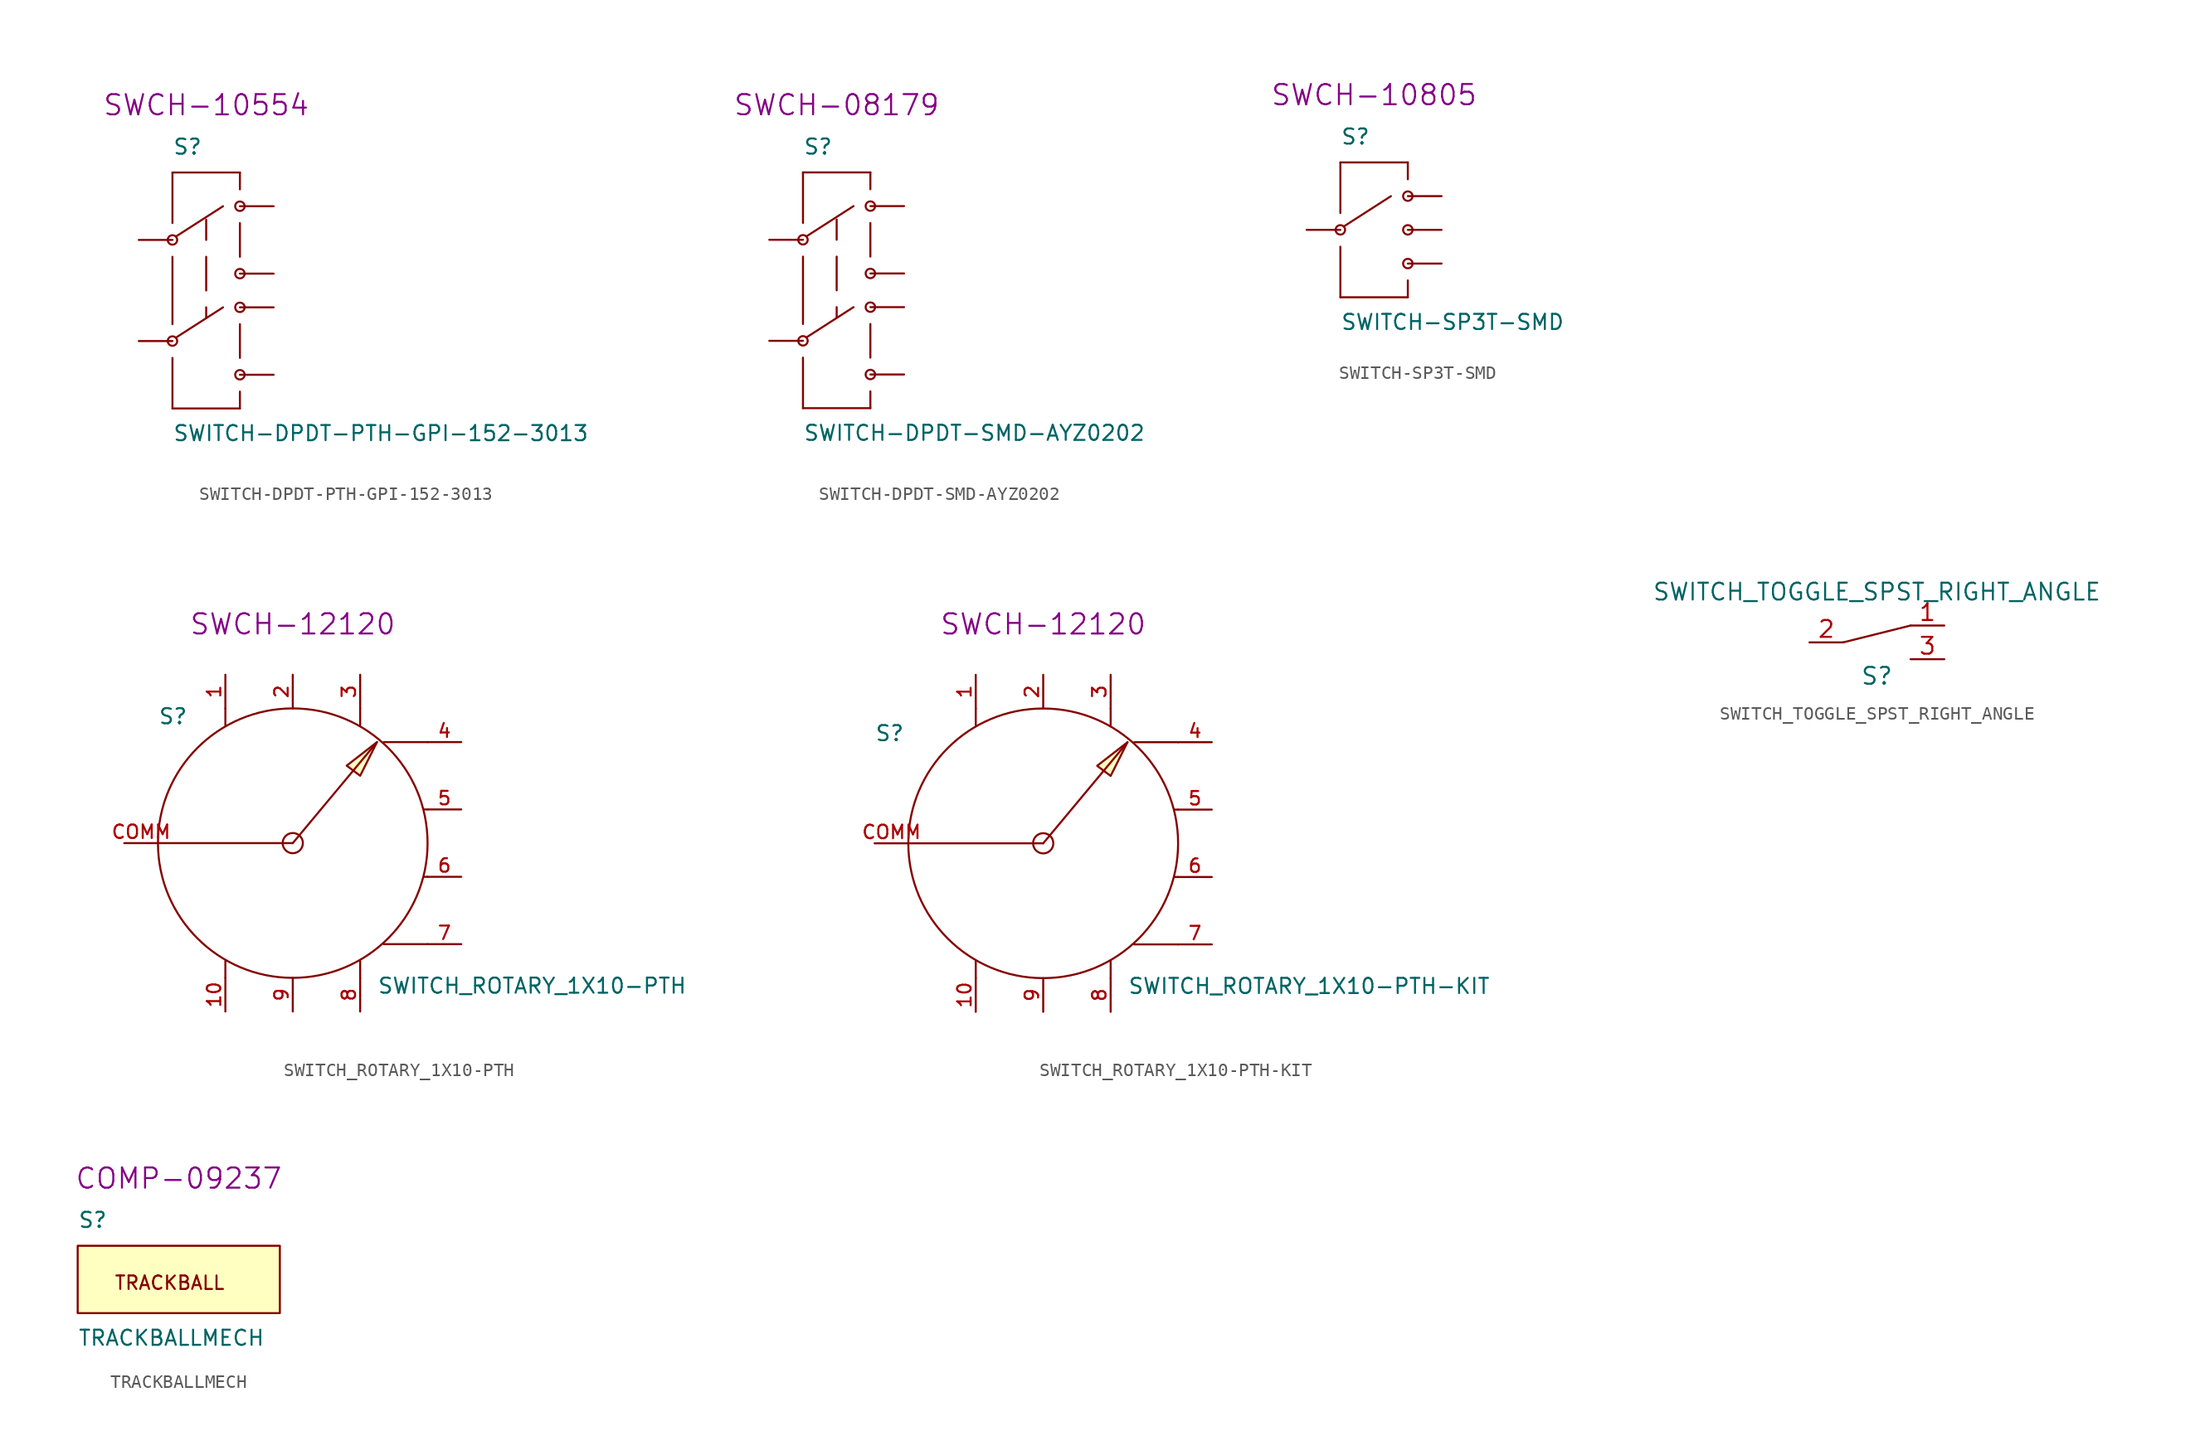
<source format=kicad_sym>
(kicad_symbol_lib
  (version 20220914)
  (generator kicad_symbol_editor)
  (symbol "SWITCH-DPDT-PTH-GPI-152-3013"
    (pin_numbers hide)
    (pin_names
      (offset 1.016) hide)
    (property "Reference" "S"
      (at -2.54 8.89 0)
      (effects (font (size 1.143 1.143)) (justify left bottom)))
    (property "Value" "SWITCH-DPDT-PTH-GPI-152-3013"
      (at -2.54 -12.7 0)
      (effects (font (size 1.143 1.143)) (justify left bottom)))
    (property "Field4" "SWCH-10554"
      (at 0 12.7 0)
      (effects (font (size 1.524 1.524))))
    (property "ki_locked" ""
      (at 0 0 0)
      (effects (font (size 1.27 1.27))))
    (symbol "SWITCH-DPDT-PTH-GPI-152-3013_1_0"
      (polyline (pts (xy -2.54 -10.16) (xy 2.54 -10.16)) (stroke (width 0) (type solid)) (fill (type none)))
      (polyline (pts (xy -2.54 -6.35) (xy -2.54 -10.16)) (stroke (width 0) (type solid)) (fill (type none)))
      (polyline (pts (xy -2.54 1.27) (xy -2.54 -3.81)) (stroke (width 0) (type solid)) (fill (type none)))
      (polyline (pts (xy -2.54 7.62) (xy -2.54 3.81)) (stroke (width 0) (type solid)) (fill (type none)))
      (polyline (pts (xy -2.286 -4.826) (xy 1.27 -2.54)) (stroke (width 0) (type solid)) (fill (type none)))
      (polyline (pts (xy 0 -2.54) (xy 0 -3.302)) (stroke (width 0) (type solid)) (fill (type none)))
      (polyline (pts (xy 0 1.27) (xy 0 -1.27)) (stroke (width 0) (type solid)) (fill (type none)))
      (polyline (pts (xy 0 4.064) (xy 0 2.54)) (stroke (width 0) (type solid)) (fill (type none)))
      (polyline (pts (xy 1.27 5.08) (xy -2.286 2.794)) (stroke (width 0) (type solid)) (fill (type none)))
      (polyline (pts (xy 2.54 -10.16) (xy 2.54 -8.89)) (stroke (width 0) (type solid)) (fill (type none)))
      (polyline (pts (xy 2.54 -6.35) (xy 2.54 -3.81)) (stroke (width 0) (type solid)) (fill (type none)))
      (polyline (pts (xy 2.54 3.81) (xy 2.54 1.27)) (stroke (width 0) (type solid)) (fill (type none)))
      (polyline (pts (xy 2.54 6.35) (xy 2.54 7.62)) (stroke (width 0) (type solid)) (fill (type none)))
      (polyline (pts (xy 2.54 7.62) (xy -2.54 7.62)) (stroke (width 0) (type solid)) (fill (type none))))
    (symbol "SWITCH-DPDT-PTH-GPI-152-3013_1_1"
      (circle (center -2.54 -5.08) (radius 0.356) (stroke (width 0) (type solid)) (fill (type none)))
      (circle (center -2.54 2.54) (radius 0.356) (stroke (width 0) (type solid)) (fill (type none)))
      (circle (center 2.54 -7.62) (radius 0.356) (stroke (width 0) (type solid)) (fill (type none)))
      (circle (center 2.54 -2.54) (radius 0.356) (stroke (width 0) (type solid)) (fill (type none)))
      (circle (center 2.54 0) (radius 0.356) (stroke (width 0) (type solid)) (fill (type none)))
      (circle (center 2.54 5.08) (radius 0.356) (stroke (width 0) (type solid)) (fill (type none)))
      (pin bidirectional line (at 5.08 5.08 180) (length 2.54) (name "1" (effects (font (size 1.016 1.016)))) (number "10" (effects (font (size 1.016 1.016)))))
      (pin bidirectional line (at 5.08 -2.54 180) (length 2.54) (name "4" (effects (font (size 1.016 1.016)))) (number "11" (effects (font (size 1.016 1.016)))))
      (pin bidirectional line (at 5.08 0 180) (length 2.54) (name "3" (effects (font (size 1.016 1.016)))) (number "20" (effects (font (size 1.016 1.016)))))
      (pin bidirectional line (at 5.08 -7.62 180) (length 2.54) (name "6" (effects (font (size 1.016 1.016)))) (number "21" (effects (font (size 1.016 1.016)))))
      (pin bidirectional line (at -5.08 2.54 0) (length 2.54) (name "2" (effects (font (size 1.016 1.016)))) (number "C@1" (effects (font (size 1.016 1.016)))))
      (pin bidirectional line (at -5.08 -5.08 0) (length 2.54) (name "5" (effects (font (size 1.016 1.016)))) (number "C@2" (effects (font (size 1.016 1.016)))))))
  (symbol "SWITCH-DPDT-SMD-AYZ0202"
    (pin_numbers hide)
    (pin_names
      (offset 1.016) hide)
    (property "Reference" "S"
      (at -2.54 8.89 0)
      (effects (font (size 1.143 1.143)) (justify left bottom)))
    (property "Value" "SWITCH-DPDT-SMD-AYZ0202"
      (at -2.54 -12.7 0)
      (effects (font (size 1.143 1.143)) (justify left bottom)))
    (property "Field4" "SWCH-08179"
      (at 0 12.7 0)
      (effects (font (size 1.524 1.524))))
    (property "ki_locked" ""
      (at 0 0 0)
      (effects (font (size 1.27 1.27))))
    (symbol "SWITCH-DPDT-SMD-AYZ0202_1_0"
      (polyline (pts (xy -2.54 -10.16) (xy 2.54 -10.16)) (stroke (width 0) (type solid)) (fill (type none)))
      (polyline (pts (xy -2.54 -6.35) (xy -2.54 -10.16)) (stroke (width 0) (type solid)) (fill (type none)))
      (polyline (pts (xy -2.54 1.27) (xy -2.54 -3.81)) (stroke (width 0) (type solid)) (fill (type none)))
      (polyline (pts (xy -2.54 7.62) (xy -2.54 3.81)) (stroke (width 0) (type solid)) (fill (type none)))
      (polyline (pts (xy -2.286 -4.826) (xy 1.27 -2.54)) (stroke (width 0) (type solid)) (fill (type none)))
      (polyline (pts (xy 0 -2.54) (xy 0 -3.302)) (stroke (width 0) (type solid)) (fill (type none)))
      (polyline (pts (xy 0 1.27) (xy 0 -1.27)) (stroke (width 0) (type solid)) (fill (type none)))
      (polyline (pts (xy 0 4.064) (xy 0 2.54)) (stroke (width 0) (type solid)) (fill (type none)))
      (polyline (pts (xy 1.27 5.08) (xy -2.286 2.794)) (stroke (width 0) (type solid)) (fill (type none)))
      (polyline (pts (xy 2.54 -10.16) (xy 2.54 -8.89)) (stroke (width 0) (type solid)) (fill (type none)))
      (polyline (pts (xy 2.54 -6.35) (xy 2.54 -3.81)) (stroke (width 0) (type solid)) (fill (type none)))
      (polyline (pts (xy 2.54 3.81) (xy 2.54 1.27)) (stroke (width 0) (type solid)) (fill (type none)))
      (polyline (pts (xy 2.54 6.35) (xy 2.54 7.62)) (stroke (width 0) (type solid)) (fill (type none)))
      (polyline (pts (xy 2.54 7.62) (xy -2.54 7.62)) (stroke (width 0) (type solid)) (fill (type none))))
    (symbol "SWITCH-DPDT-SMD-AYZ0202_1_1"
      (circle (center -2.54 -5.08) (radius 0.356) (stroke (width 0) (type solid)) (fill (type none)))
      (circle (center -2.54 2.54) (radius 0.356) (stroke (width 0) (type solid)) (fill (type none)))
      (circle (center 2.54 -7.62) (radius 0.356) (stroke (width 0) (type solid)) (fill (type none)))
      (circle (center 2.54 -2.54) (radius 0.356) (stroke (width 0) (type solid)) (fill (type none)))
      (circle (center 2.54 0) (radius 0.356) (stroke (width 0) (type solid)) (fill (type none)))
      (circle (center 2.54 5.08) (radius 0.356) (stroke (width 0) (type solid)) (fill (type none)))
      (pin bidirectional line (at 5.08 5.08 180) (length 2.54) (name "1" (effects (font (size 1.016 1.016)))) (number "1" (effects (font (size 1.016 1.016)))))
      (pin bidirectional line (at -5.08 2.54 0) (length 2.54) (name "2" (effects (font (size 1.016 1.016)))) (number "2" (effects (font (size 1.016 1.016)))))
      (pin bidirectional line (at 5.08 0 180) (length 2.54) (name "3" (effects (font (size 1.016 1.016)))) (number "3" (effects (font (size 1.016 1.016)))))
      (pin bidirectional line (at 5.08 -2.54 180) (length 2.54) (name "4" (effects (font (size 1.016 1.016)))) (number "4" (effects (font (size 1.016 1.016)))))
      (pin bidirectional line (at -5.08 -5.08 0) (length 2.54) (name "5" (effects (font (size 1.016 1.016)))) (number "5" (effects (font (size 1.016 1.016)))))
      (pin bidirectional line (at 5.08 -7.62 180) (length 2.54) (name "6" (effects (font (size 1.016 1.016)))) (number "6" (effects (font (size 1.016 1.016)))))))
  (symbol "SWITCH-SP3T-SMD"
    (pin_numbers hide)
    (pin_names
      (offset 1.016) hide)
    (property "Reference" "S"
      (at -2.54 6.35 0)
      (effects (font (size 1.143 1.143)) (justify left bottom)))
    (property "Value" "SWITCH-SP3T-SMD"
      (at -2.54 -7.62 0)
      (effects (font (size 1.143 1.143)) (justify left bottom)))
    (property "Field4" "SWCH-10805"
      (at 0 10.16 0)
      (effects (font (size 1.524 1.524))))
    (property "ki_locked" ""
      (at 0 0 0)
      (effects (font (size 1.27 1.27))))
    (symbol "SWITCH-SP3T-SMD_1_0"
      (polyline (pts (xy -2.54 -5.08) (xy 2.54 -5.08)) (stroke (width 0) (type solid)) (fill (type none)))
      (polyline (pts (xy -2.54 -1.27) (xy -2.54 -5.08)) (stroke (width 0) (type solid)) (fill (type none)))
      (polyline (pts (xy -2.54 1.27) (xy -2.54 5.08)) (stroke (width 0) (type solid)) (fill (type none)))
      (polyline (pts (xy 1.27 2.54) (xy -2.286 0.254)) (stroke (width 0) (type solid)) (fill (type none)))
      (polyline (pts (xy 2.54 -5.08) (xy 2.54 -3.81)) (stroke (width 0) (type solid)) (fill (type none)))
      (polyline (pts (xy 2.54 3.81) (xy 2.54 5.08)) (stroke (width 0) (type solid)) (fill (type none)))
      (polyline (pts (xy 2.54 5.08) (xy -2.54 5.08)) (stroke (width 0) (type solid)) (fill (type none))))
    (symbol "SWITCH-SP3T-SMD_1_1"
      (circle (center -2.54 0) (radius 0.356) (stroke (width 0) (type solid)) (fill (type none)))
      (circle (center 2.54 -2.54) (radius 0.356) (stroke (width 0) (type solid)) (fill (type none)))
      (circle (center 2.54 0) (radius 0.356) (stroke (width 0) (type solid)) (fill (type none)))
      (circle (center 2.54 2.54) (radius 0.356) (stroke (width 0) (type solid)) (fill (type none)))
      (pin bidirectional line (at 5.08 2.54 180) (length 2.54) (name "1" (effects (font (size 1.016 1.016)))) (number "1" (effects (font (size 1.016 1.016)))))
      (pin bidirectional line (at 5.08 0 180) (length 2.54) (name "2" (effects (font (size 1.016 1.016)))) (number "2" (effects (font (size 1.016 1.016)))))
      (pin bidirectional line (at -5.08 0 0) (length 2.54) (name "3" (effects (font (size 1.016 1.016)))) (number "3" (effects (font (size 1.016 1.016)))))
      (pin bidirectional line (at 5.08 -2.54 180) (length 2.54) (name "4" (effects (font (size 1.016 1.016)))) (number "4" (effects (font (size 1.016 1.016)))))))
  (symbol "SWITCH_ROTARY_1X10-PTH"
    (pin_names
      (offset 1.016) hide)
    (property "Reference" "S"
      (at -10.16 8.89 0)
      (effects (font (size 1.143 1.143)) (justify left bottom)))
    (property "Value" "SWITCH_ROTARY_1X10-PTH"
      (at 6.35 -11.43 0)
      (effects (font (size 1.143 1.143)) (justify left bottom)))
    (property "Field4" "SWCH-12120"
      (at 0 16.51 0)
      (effects (font (size 1.524 1.524))))
    (property "ki_locked" ""
      (at 0 0 0)
      (effects (font (size 1.27 1.27))))
    (symbol "SWITCH_ROTARY_1X10-PTH_1_0"
      (polyline (pts (xy -5.08 -10.16) (xy -5.08 -8.89)) (stroke (width 0) (type solid)) (fill (type none)))
      (polyline (pts (xy -5.08 10.16) (xy -5.08 8.89)) (stroke (width 0) (type solid)) (fill (type none)))
      (polyline (pts (xy 0 0) (xy -10.16 0)) (stroke (width 0) (type solid)) (fill (type none)))
      (polyline (pts (xy 0 0) (xy 6.35 7.62)) (stroke (width 0) (type solid)) (fill (type none)))
      (polyline (pts (xy 5.08 -10.16) (xy 5.08 -8.89)) (stroke (width 0) (type solid)) (fill (type none)))
      (polyline (pts (xy 5.08 10.16) (xy 5.08 8.89)) (stroke (width 0) (type solid)) (fill (type none)))
      (polyline (pts (xy 10.16 -7.62) (xy 6.858 -7.62)) (stroke (width 0) (type solid)) (fill (type none)))
      (polyline (pts (xy 10.16 -2.54) (xy 9.906 -2.54)) (stroke (width 0) (type solid)) (fill (type none)))
      (polyline (pts (xy 10.16 2.54) (xy 9.906 2.54)) (stroke (width 0) (type solid)) (fill (type none)))
      (polyline (pts (xy 10.16 7.62) (xy 6.858 7.62)) (stroke (width 0) (type solid)) (fill (type none))))
    (symbol "SWITCH_ROTARY_1X10-PTH_1_1"
      (polyline (pts (xy 6.35 7.62) (xy 5.08 5.08) (xy 4.064 5.842) (xy 6.35 7.62)) (stroke (width 0) (type solid)) (fill (type background)))
      (circle (center 0 0) (radius 0.762) (stroke (width 0) (type solid)) (fill (type none)))
      (circle (center 0 0) (radius 10.16) (stroke (width 0) (type solid)) (fill (type none)))
      (pin bidirectional line (at -5.08 12.7 270) (length 2.54) (name "1" (effects (font (size 1.016 1.016)))) (number "1" (effects (font (size 1.016 1.016)))))
      (pin bidirectional line (at -5.08 -12.7 90) (length 2.54) (name "10" (effects (font (size 1.016 1.016)))) (number "10" (effects (font (size 1.016 1.016)))))
      (pin bidirectional line (at 0 12.7 270) (length 2.54) (name "2" (effects (font (size 1.016 1.016)))) (number "2" (effects (font (size 1.016 1.016)))))
      (pin bidirectional line (at 5.08 12.7 270) (length 2.54) (name "3" (effects (font (size 1.016 1.016)))) (number "3" (effects (font (size 1.016 1.016)))))
      (pin bidirectional line (at 12.7 7.62 180) (length 2.54) (name "4" (effects (font (size 1.016 1.016)))) (number "4" (effects (font (size 1.016 1.016)))))
      (pin bidirectional line (at 12.7 2.54 180) (length 2.54) (name "5" (effects (font (size 1.016 1.016)))) (number "5" (effects (font (size 1.016 1.016)))))
      (pin bidirectional line (at 12.7 -2.54 180) (length 2.54) (name "6" (effects (font (size 1.016 1.016)))) (number "6" (effects (font (size 1.016 1.016)))))
      (pin bidirectional line (at 12.7 -7.62 180) (length 2.54) (name "7" (effects (font (size 1.016 1.016)))) (number "7" (effects (font (size 1.016 1.016)))))
      (pin bidirectional line (at 5.08 -12.7 90) (length 2.54) (name "8" (effects (font (size 1.016 1.016)))) (number "8" (effects (font (size 1.016 1.016)))))
      (pin bidirectional line (at 0 -12.7 90) (length 2.54) (name "9" (effects (font (size 1.016 1.016)))) (number "9" (effects (font (size 1.016 1.016)))))
      (pin bidirectional line (at -12.7 0 0) (length 2.54) (name "COMMON" (effects (font (size 1.016 1.016)))) (number "COMM" (effects (font (size 1.016 1.016)))))))
  (symbol "SWITCH_ROTARY_1X10-PTH-KIT"
    (pin_names
      (offset 1.016) hide)
    (property "Reference" "S"
      (at -12.7 7.62 0)
      (effects (font (size 1.143 1.143)) (justify left bottom)))
    (property "Value" "SWITCH_ROTARY_1X10-PTH-KIT"
      (at 6.35 -11.43 0)
      (effects (font (size 1.143 1.143)) (justify left bottom)))
    (property "Field4" "SWCH-12120"
      (at 0 16.51 0)
      (effects (font (size 1.524 1.524))))
    (property "ki_locked" ""
      (at 0 0 0)
      (effects (font (size 1.27 1.27))))
    (symbol "SWITCH_ROTARY_1X10-PTH-KIT_1_0"
      (polyline (pts (xy -5.08 -10.16) (xy -5.08 -8.89)) (stroke (width 0) (type solid)) (fill (type none)))
      (polyline (pts (xy -5.08 10.16) (xy -5.08 8.89)) (stroke (width 0) (type solid)) (fill (type none)))
      (polyline (pts (xy 0 0) (xy -10.16 0)) (stroke (width 0) (type solid)) (fill (type none)))
      (polyline (pts (xy 0 0) (xy 6.35 7.62)) (stroke (width 0) (type solid)) (fill (type none)))
      (polyline (pts (xy 5.08 -10.16) (xy 5.08 -8.89)) (stroke (width 0) (type solid)) (fill (type none)))
      (polyline (pts (xy 5.08 10.16) (xy 5.08 8.89)) (stroke (width 0) (type solid)) (fill (type none)))
      (polyline (pts (xy 10.16 -7.62) (xy 6.858 -7.62)) (stroke (width 0) (type solid)) (fill (type none)))
      (polyline (pts (xy 10.16 -2.54) (xy 9.906 -2.54)) (stroke (width 0) (type solid)) (fill (type none)))
      (polyline (pts (xy 10.16 2.54) (xy 9.906 2.54)) (stroke (width 0) (type solid)) (fill (type none)))
      (polyline (pts (xy 10.16 7.62) (xy 6.858 7.62)) (stroke (width 0) (type solid)) (fill (type none))))
    (symbol "SWITCH_ROTARY_1X10-PTH-KIT_1_1"
      (polyline (pts (xy 6.35 7.62) (xy 5.08 5.08) (xy 4.064 5.842) (xy 6.35 7.62)) (stroke (width 0) (type solid)) (fill (type background)))
      (circle (center 0 0) (radius 0.762) (stroke (width 0) (type solid)) (fill (type none)))
      (circle (center 0 0) (radius 10.16) (stroke (width 0) (type solid)) (fill (type none)))
      (pin bidirectional line (at -5.08 12.7 270) (length 2.54) (name "1" (effects (font (size 1.016 1.016)))) (number "1" (effects (font (size 1.016 1.016)))))
      (pin bidirectional line (at -5.08 -12.7 90) (length 2.54) (name "10" (effects (font (size 1.016 1.016)))) (number "10" (effects (font (size 1.016 1.016)))))
      (pin bidirectional line (at 0 12.7 270) (length 2.54) (name "2" (effects (font (size 1.016 1.016)))) (number "2" (effects (font (size 1.016 1.016)))))
      (pin bidirectional line (at 5.08 12.7 270) (length 2.54) (name "3" (effects (font (size 1.016 1.016)))) (number "3" (effects (font (size 1.016 1.016)))))
      (pin bidirectional line (at 12.7 7.62 180) (length 2.54) (name "4" (effects (font (size 1.016 1.016)))) (number "4" (effects (font (size 1.016 1.016)))))
      (pin bidirectional line (at 12.7 2.54 180) (length 2.54) (name "5" (effects (font (size 1.016 1.016)))) (number "5" (effects (font (size 1.016 1.016)))))
      (pin bidirectional line (at 12.7 -2.54 180) (length 2.54) (name "6" (effects (font (size 1.016 1.016)))) (number "6" (effects (font (size 1.016 1.016)))))
      (pin bidirectional line (at 12.7 -7.62 180) (length 2.54) (name "7" (effects (font (size 1.016 1.016)))) (number "7" (effects (font (size 1.016 1.016)))))
      (pin bidirectional line (at 5.08 -12.7 90) (length 2.54) (name "8" (effects (font (size 1.016 1.016)))) (number "8" (effects (font (size 1.016 1.016)))))
      (pin bidirectional line (at 0 -12.7 90) (length 2.54) (name "9" (effects (font (size 1.016 1.016)))) (number "9" (effects (font (size 1.016 1.016)))))
      (pin bidirectional line (at -12.7 0 0) (length 2.54) (name "COMMON" (effects (font (size 1.016 1.016)))) (number "COMM" (effects (font (size 1.016 1.016)))))))
  (symbol "SWITCH_TOGGLE_SPST_RIGHT_ANGLE"
    (pin_names
      (offset 1.016))
    (property "Reference" "S"
      (at 0 -2.54 0)
      (effects (font (size 1.27 1.27))))
    (property "Value" "SWITCH_TOGGLE_SPST_RIGHT_ANGLE"
      (at 0 3.81 0)
      (effects (font (size 1.27 1.27))))
    (symbol "SWITCH_TOGGLE_SPST_RIGHT_ANGLE_0_1"
      (polyline (pts (xy -2.54 0) (xy 2.54 1.27)) (stroke (width 0) (type solid)) (fill (type none))))
    (symbol "SWITCH_TOGGLE_SPST_RIGHT_ANGLE_1_1"
      (pin output line (at 5.08 1.27 180) (length 2.54) (name "~" (effects (font (size 1.27 1.27)))) (number "1" (effects (font (size 1.27 1.27)))))
      (pin input line (at -5.08 0 0) (length 2.54) (name "~" (effects (font (size 1.27 1.27)))) (number "2" (effects (font (size 1.27 1.27)))))
      (pin output line (at 5.08 -1.27 180) (length 2.54) (name "~" (effects (font (size 1.27 1.27)))) (number "3" (effects (font (size 1.27 1.27)))))))
  (symbol "TRACKBALLMECH"
    (pin_numbers hide)
    (pin_names
      (offset 1.016) hide)
    (property "Reference" "S"
      (at -7.62 3.81 0)
      (effects (font (size 1.143 1.143)) (justify left bottom)))
    (property "Value" "TRACKBALLMECH"
      (at -7.62 -5.08 0)
      (effects (font (size 1.143 1.143)) (justify left bottom)))
    (property "Field4" "COMP-09237"
      (at 0 7.62 0)
      (effects (font (size 1.524 1.524))))
    (property "ki_locked" ""
      (at 0 0 0)
      (effects (font (size 1.27 1.27))))
    (symbol "TRACKBALLMECH_1_0"
      (text "TRACKBALL" (at -0.686 -0.254 0) (effects (font (size 1.016 1.016)))))
    (symbol "TRACKBALLMECH_1_1"
      (polyline (pts (xy -7.62 2.54) (xy 7.62 2.54) (xy 7.62 -2.54) (xy -7.62 -2.54) (xy -7.62 2.54)) (stroke (width 0) (type solid)) (fill (type background))))))
</source>
